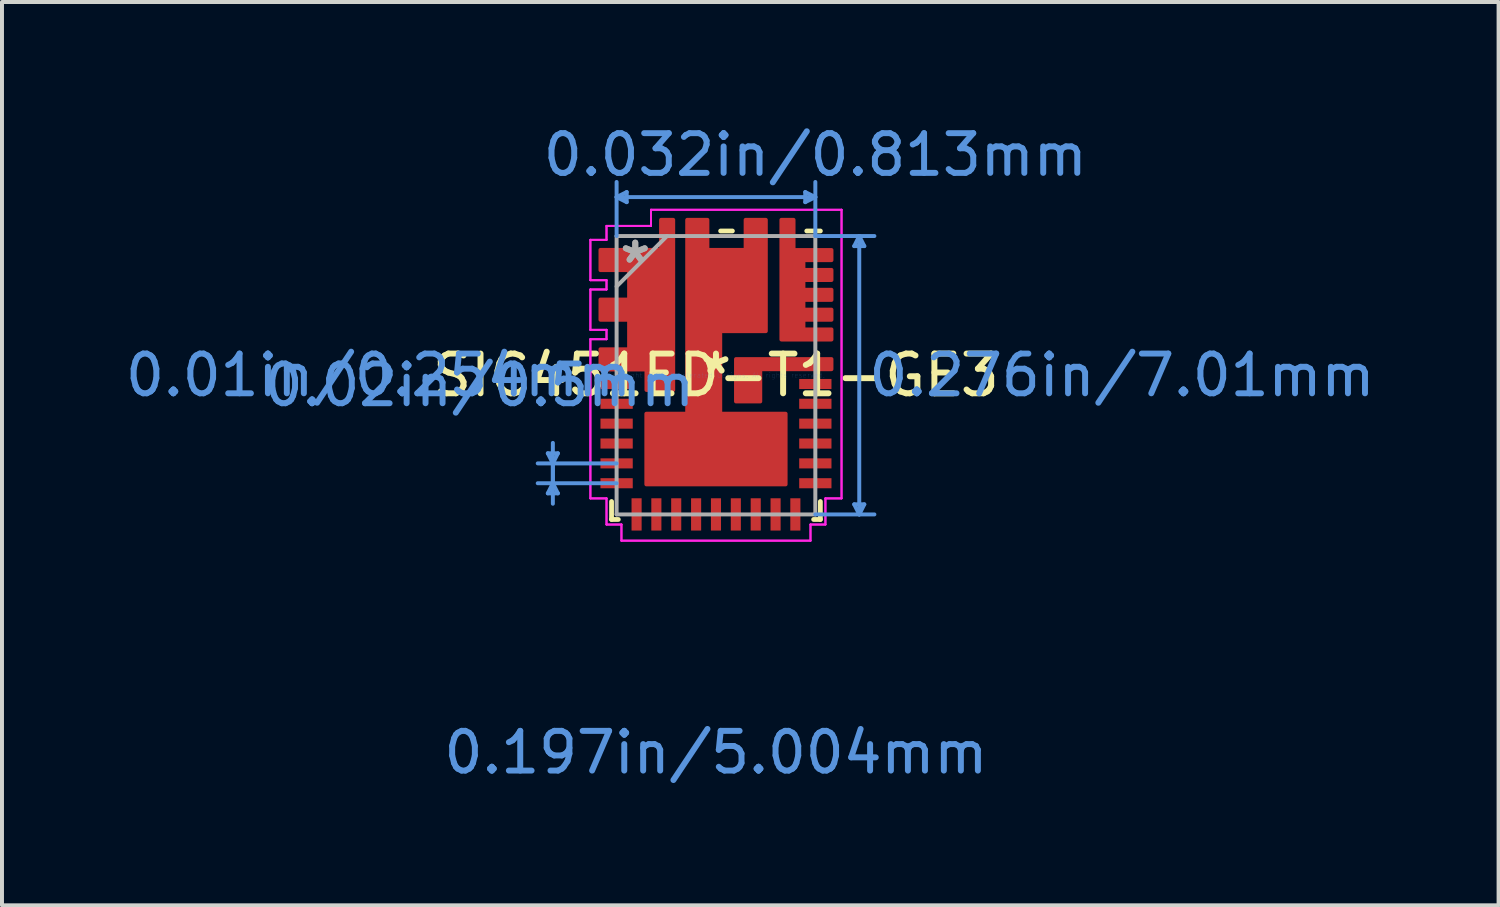
<source format=kicad_pcb>
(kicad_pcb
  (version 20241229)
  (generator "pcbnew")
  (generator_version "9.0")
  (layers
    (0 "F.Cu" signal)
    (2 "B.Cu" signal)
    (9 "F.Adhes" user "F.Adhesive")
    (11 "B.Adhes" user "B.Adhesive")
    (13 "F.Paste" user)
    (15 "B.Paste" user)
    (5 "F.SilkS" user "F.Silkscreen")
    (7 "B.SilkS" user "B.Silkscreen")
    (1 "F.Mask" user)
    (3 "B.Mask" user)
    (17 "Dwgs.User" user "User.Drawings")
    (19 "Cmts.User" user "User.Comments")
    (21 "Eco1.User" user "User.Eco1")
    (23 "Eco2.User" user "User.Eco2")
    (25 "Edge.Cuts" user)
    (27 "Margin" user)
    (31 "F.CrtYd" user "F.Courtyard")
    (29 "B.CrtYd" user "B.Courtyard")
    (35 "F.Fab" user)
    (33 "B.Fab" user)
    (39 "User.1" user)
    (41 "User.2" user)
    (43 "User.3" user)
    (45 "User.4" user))
  (footprint "SIC451ED-T1-GE3"
    (layer "F.Cu")
    (at 14.978 6.398)
    (property "Reference" "SIC451ED-T1-GE3" (at 0 0 0) (layer "F.SilkS") (effects (font (size 1 1) (thickness 0.15))))
    (attr through_hole)
    (fp_poly (pts (xy 0.505 -0.406) (xy 0.505 0.66) (xy 1.115 0.66) (xy 1.115 -0.152) (xy 2.908 -0.152) (xy 2.908 -0.406)) (stroke (width 0.1) (type solid)) (fill yes) (layer "F.Cu"))
    (fp_poly (pts (xy -0.724 -3.912) (xy -0.724 0.97) (xy -1.753 0.97) (xy -1.753 2.748) (xy 1.753 2.748) (xy 1.753 0.97) (xy 0.107 0.97) (xy 0.107 -1.11) (xy 1.255 -1.11) (xy 1.255 -3.912) (xy 0.747 -3.912) (xy 0.747 -3.155) (xy -0.216 -3.155) (xy -0.216 -3.912)) (stroke (width 0.1) (type solid)) (fill yes) (layer "F.Cu"))
    (fp_poly (pts (xy -2.908 -3.155) (xy -2.908 -2.647) (xy -2.187 -2.647) (xy -2.187 -1.905) (xy -2.908 -1.905) (xy -2.908 -1.397) (xy -2.187 -1.397) (xy -2.187 -0.653) (xy -2.908 -0.653) (xy -2.908 -0.145) (xy -1.75 -0.145) (xy -1.75 0.371) (xy -1.077 0.371) (xy -1.077 -3.912) (xy -1.382 -3.912) (xy -1.382 -3.155)) (stroke (width 0.1) (type solid)) (fill yes) (layer "F.Cu"))
    (fp_poly (pts (xy 1.648 -0.899) (xy 2.908 -0.899) (xy 2.908 -1.153) (xy 2.202 -1.153) (xy 2.202 -1.397) (xy 2.908 -1.397) (xy 2.908 -1.651) (xy 2.202 -1.651) (xy 2.202 -1.897) (xy 2.908 -1.897) (xy 2.908 -2.151) (xy 2.202 -2.151) (xy 2.202 -2.398) (xy 2.908 -2.398) (xy 2.908 -2.652) (xy 2.202 -2.652) (xy 2.202 -2.898) (xy 2.908 -2.898) (xy 2.908 -3.152) (xy 1.953 -3.152) (xy 1.953 -3.912) (xy 1.648 -3.912)) (stroke (width 0.1) (type solid)) (fill yes) (layer "F.Cu"))
    (fp_poly (pts (xy 0.505 -0.406) (xy 0.505 0.66) (xy 1.115 0.66) (xy 1.115 -0.152) (xy 2.908 -0.152) (xy 2.908 -0.406)) (stroke (width 0.1) (type solid)) (fill yes) (layer "F.Mask"))
    (fp_poly (pts (xy -0.724 -3.912) (xy -0.724 0.97) (xy -1.753 0.97) (xy -1.753 2.748) (xy 1.753 2.748) (xy 1.753 0.97) (xy 0.107 0.97) (xy 0.107 -1.11) (xy 1.255 -1.11) (xy 1.255 -3.912) (xy 0.747 -3.912) (xy 0.747 -3.155) (xy -0.216 -3.155) (xy -0.216 -3.912)) (stroke (width 0.1) (type solid)) (fill yes) (layer "F.Mask"))
    (fp_poly (pts (xy -2.908 -3.155) (xy -2.908 -2.647) (xy -2.187 -2.647) (xy -2.187 -1.905) (xy -2.908 -1.905) (xy -2.908 -1.397) (xy -2.187 -1.397) (xy -2.187 -0.653) (xy -2.908 -0.653) (xy -2.908 -0.145) (xy -1.75 -0.145) (xy -1.75 0.371) (xy -1.077 0.371) (xy -1.077 -3.912) (xy -1.382 -3.912) (xy -1.382 -3.155)) (stroke (width 0.1) (type solid)) (fill yes) (layer "F.Mask"))
    (fp_poly (pts (xy 1.648 -0.899) (xy 2.908 -0.899) (xy 2.908 -1.153) (xy 2.202 -1.153) (xy 2.202 -1.397) (xy 2.908 -1.397) (xy 2.908 -1.651) (xy 2.202 -1.651) (xy 2.202 -1.897) (xy 2.908 -1.897) (xy 2.908 -2.151) (xy 2.202 -2.151) (xy 2.202 -2.398) (xy 2.908 -2.398) (xy 2.908 -2.652) (xy 2.202 -2.652) (xy 2.202 -2.898) (xy 2.908 -2.898) (xy 2.908 -3.152) (xy 1.953 -3.152) (xy 1.953 -3.912) (xy 1.648 -3.912)) (stroke (width 0.1) (type solid)) (fill yes) (layer "F.Mask"))
    (fp_line (start -2.629 3.632) (end -2.629 3.18) (stroke (width 0.12) (type solid)) (layer "F.SilkS"))
    (fp_line (start -2.459 3.632) (end -2.629 3.632) (stroke (width 0.12) (type solid)) (layer "F.SilkS"))
    (fp_line (start 0.117 -3.632) (end 0.414 -3.632) (stroke (width 0.12) (type solid)) (layer "F.SilkS"))
    (fp_line (start 2.286 -3.632) (end 2.629 -3.632) (stroke (width 0.12) (type solid)) (layer "F.SilkS"))
    (fp_line (start 2.629 3.18) (end 2.629 3.632) (stroke (width 0.12) (type solid)) (layer "F.SilkS"))
    (fp_line (start 2.629 3.632) (end 2.459 3.632) (stroke (width 0.12) (type solid)) (layer "F.SilkS"))
    (fp_poly (pts (xy 0.505 -0.406) (xy 0.505 0.66) (xy 1.115 0.66) (xy 1.115 -0.152) (xy 2.908 -0.152) (xy 2.908 -0.406)) (stroke (width 0.1) (type solid)) (fill yes) (layer "F.Paste"))
    (fp_poly (pts (xy -0.724 -3.912) (xy -0.724 0.97) (xy -1.753 0.97) (xy -1.753 2.748) (xy 1.753 2.748) (xy 1.753 0.97) (xy 0.107 0.97) (xy 0.107 -1.11) (xy 1.255 -1.11) (xy 1.255 -3.912) (xy 0.747 -3.912) (xy 0.747 -3.155) (xy -0.216 -3.155) (xy -0.216 -3.912)) (stroke (width 0.1) (type solid)) (fill yes) (layer "F.Paste"))
    (fp_poly (pts (xy -2.908 -3.155) (xy -2.908 -2.647) (xy -2.187 -2.647) (xy -2.187 -1.905) (xy -2.908 -1.905) (xy -2.908 -1.397) (xy -2.187 -1.397) (xy -2.187 -0.653) (xy -2.908 -0.653) (xy -2.908 -0.145) (xy -1.75 -0.145) (xy -1.75 0.371) (xy -1.077 0.371) (xy -1.077 -3.912) (xy -1.382 -3.912) (xy -1.382 -3.155)) (stroke (width 0.1) (type solid)) (fill yes) (layer "F.Paste"))
    (fp_poly (pts (xy 1.648 -0.899) (xy 2.908 -0.899) (xy 2.908 -1.153) (xy 2.202 -1.153) (xy 2.202 -1.397) (xy 2.908 -1.397) (xy 2.908 -1.651) (xy 2.202 -1.651) (xy 2.202 -1.897) (xy 2.908 -1.897) (xy 2.908 -2.151) (xy 2.202 -2.151) (xy 2.202 -2.398) (xy 2.908 -2.398) (xy 2.908 -2.652) (xy 2.202 -2.652) (xy 2.202 -2.898) (xy 2.908 -2.898) (xy 2.908 -3.152) (xy 1.953 -3.152) (xy 1.953 -3.912) (xy 1.648 -3.912)) (stroke (width 0.1) (type solid)) (fill yes) (layer "F.Paste"))
    (fp_line (start -4.234 1.966) (end -4.107 2.22) (stroke (width 0.1) (type solid)) (layer "Cmts.User"))
    (fp_line (start -4.234 2.974) (end -4.107 2.72) (stroke (width 0.1) (type solid)) (layer "Cmts.User"))
    (fp_line (start -4.234 2.974) (end -3.98 2.974) (stroke (width 0.1) (type solid)) (layer "Cmts.User"))
    (fp_line (start -4.107 1.704) (end -4.107 2.72) (stroke (width 0.1) (type solid)) (layer "Cmts.User"))
    (fp_line (start -4.107 3.236) (end -4.107 2.22) (stroke (width 0.1) (type solid)) (layer "Cmts.User"))
    (fp_line (start -3.98 1.966) (end -4.234 1.966) (stroke (width 0.1) (type solid)) (layer "Cmts.User"))
    (fp_line (start -3.98 1.966) (end -4.107 2.22) (stroke (width 0.1) (type solid)) (layer "Cmts.User"))
    (fp_line (start -3.98 2.974) (end -4.107 2.72) (stroke (width 0.1) (type solid)) (layer "Cmts.User"))
    (fp_line (start -2.502 -4.485) (end 2.502 -4.485) (stroke (width 0.1) (type solid)) (layer "Cmts.User"))
    (fp_line (start -2.502 -3.505) (end -2.502 -4.866) (stroke (width 0.1) (type solid)) (layer "Cmts.User"))
    (fp_line (start -2.502 2.22) (end -4.488 2.22) (stroke (width 0.1) (type solid)) (layer "Cmts.User"))
    (fp_line (start -2.502 2.72) (end -4.488 2.72) (stroke (width 0.1) (type solid)) (layer "Cmts.User"))
    (fp_line (start -2.248 -4.612) (end -2.502 -4.485) (stroke (width 0.1) (type solid)) (layer "Cmts.User"))
    (fp_line (start -2.248 -4.358) (end -2.502 -4.485) (stroke (width 0.1) (type solid)) (layer "Cmts.User"))
    (fp_line (start -2.248 -4.358) (end -2.248 -4.612) (stroke (width 0.1) (type solid)) (layer "Cmts.User"))
    (fp_line (start 2.248 -4.612) (end 2.248 -4.358) (stroke (width 0.1) (type solid)) (layer "Cmts.User"))
    (fp_line (start 2.248 -4.612) (end 2.502 -4.485) (stroke (width 0.1) (type solid)) (layer "Cmts.User"))
    (fp_line (start 2.248 -4.358) (end 2.502 -4.485) (stroke (width 0.1) (type solid)) (layer "Cmts.User"))
    (fp_line (start 2.502 -3.505) (end 2.502 -4.866) (stroke (width 0.1) (type solid)) (layer "Cmts.User"))
    (fp_line (start 2.502 -3.505) (end 3.989 -3.505) (stroke (width 0.1) (type solid)) (layer "Cmts.User"))
    (fp_line (start 2.502 3.505) (end 3.989 3.505) (stroke (width 0.1) (type solid)) (layer "Cmts.User"))
    (fp_line (start 3.481 3.251) (end 3.608 3.505) (stroke (width 0.1) (type solid)) (layer "Cmts.User"))
    (fp_line (start 3.481 -3.251) (end 3.608 -3.505) (stroke (width 0.1) (type solid)) (layer "Cmts.User"))
    (fp_line (start 3.481 -3.251) (end 3.735 -3.251) (stroke (width 0.1) (type solid)) (layer "Cmts.User"))
    (fp_line (start 3.608 -3.505) (end 3.608 3.505) (stroke (width 0.1) (type solid)) (layer "Cmts.User"))
    (fp_line (start 3.735 3.251) (end 3.481 3.251) (stroke (width 0.1) (type solid)) (layer "Cmts.User"))
    (fp_line (start 3.735 3.251) (end 3.608 3.505) (stroke (width 0.1) (type solid)) (layer "Cmts.User"))
    (fp_line (start 3.735 -3.251) (end 3.608 -3.505) (stroke (width 0.1) (type solid)) (layer "Cmts.User"))
    (fp_line (start -3.162 -3.409) (end -3.162 -2.393) (stroke (width 0.05) (type solid)) (layer "F.CrtYd"))
    (fp_line (start -3.162 -3.409) (end -3.162 -2.393) (stroke (width 0.05) (type solid)) (layer "F.CrtYd"))
    (fp_line (start -3.162 -2.393) (end -2.756 -2.393) (stroke (width 0.05) (type solid)) (layer "F.CrtYd"))
    (fp_line (start -3.162 -2.393) (end -2.756 -2.393) (stroke (width 0.05) (type solid)) (layer "F.CrtYd"))
    (fp_line (start -3.162 -2.159) (end -3.162 -1.143) (stroke (width 0.05) (type solid)) (layer "F.CrtYd"))
    (fp_line (start -3.162 -2.159) (end -3.162 -1.143) (stroke (width 0.05) (type solid)) (layer "F.CrtYd"))
    (fp_line (start -3.162 -1.143) (end -2.756 -1.143) (stroke (width 0.05) (type solid)) (layer "F.CrtYd"))
    (fp_line (start -3.162 -1.143) (end -2.756 -1.143) (stroke (width 0.05) (type solid)) (layer "F.CrtYd"))
    (fp_line (start -3.162 -0.907) (end -3.162 3.101) (stroke (width 0.05) (type solid)) (layer "F.CrtYd"))
    (fp_line (start -3.162 -0.907) (end -3.162 3.101) (stroke (width 0.05) (type solid)) (layer "F.CrtYd"))
    (fp_line (start -3.162 3.101) (end -2.756 3.101) (stroke (width 0.05) (type solid)) (layer "F.CrtYd"))
    (fp_line (start -3.162 3.101) (end -2.756 3.101) (stroke (width 0.05) (type solid)) (layer "F.CrtYd"))
    (fp_line (start -2.756 -3.759) (end -2.756 -3.409) (stroke (width 0.05) (type solid)) (layer "F.CrtYd"))
    (fp_line (start -2.756 -3.759) (end -2.756 -3.409) (stroke (width 0.05) (type solid)) (layer "F.CrtYd"))
    (fp_line (start -2.756 -3.409) (end -3.162 -3.409) (stroke (width 0.05) (type solid)) (layer "F.CrtYd"))
    (fp_line (start -2.756 -3.409) (end -3.162 -3.409) (stroke (width 0.05) (type solid)) (layer "F.CrtYd"))
    (fp_line (start -2.756 -2.393) (end -2.756 -2.159) (stroke (width 0.05) (type solid)) (layer "F.CrtYd"))
    (fp_line (start -2.756 -2.393) (end -2.756 -2.159) (stroke (width 0.05) (type solid)) (layer "F.CrtYd"))
    (fp_line (start -2.756 -2.159) (end -3.162 -2.159) (stroke (width 0.05) (type solid)) (layer "F.CrtYd"))
    (fp_line (start -2.756 -2.159) (end -3.162 -2.159) (stroke (width 0.05) (type solid)) (layer "F.CrtYd"))
    (fp_line (start -2.756 -1.143) (end -2.756 -0.907) (stroke (width 0.05) (type solid)) (layer "F.CrtYd"))
    (fp_line (start -2.756 -1.143) (end -2.756 -0.907) (stroke (width 0.05) (type solid)) (layer "F.CrtYd"))
    (fp_line (start -2.756 -0.907) (end -3.162 -0.907) (stroke (width 0.05) (type solid)) (layer "F.CrtYd"))
    (fp_line (start -2.756 -0.907) (end -3.162 -0.907) (stroke (width 0.05) (type solid)) (layer "F.CrtYd"))
    (fp_line (start -2.756 3.101) (end -2.756 3.759) (stroke (width 0.05) (type solid)) (layer "F.CrtYd"))
    (fp_line (start -2.756 3.101) (end -2.756 3.759) (stroke (width 0.05) (type solid)) (layer "F.CrtYd"))
    (fp_line (start -2.756 3.759) (end -2.38 3.759) (stroke (width 0.05) (type solid)) (layer "F.CrtYd"))
    (fp_line (start -2.756 3.759) (end -2.38 3.759) (stroke (width 0.05) (type solid)) (layer "F.CrtYd"))
    (fp_line (start -2.38 3.759) (end -2.38 4.166) (stroke (width 0.05) (type solid)) (layer "F.CrtYd"))
    (fp_line (start -2.38 3.759) (end -2.38 4.166) (stroke (width 0.05) (type solid)) (layer "F.CrtYd"))
    (fp_line (start -2.38 4.166) (end 2.38 4.166) (stroke (width 0.05) (type solid)) (layer "F.CrtYd"))
    (fp_line (start -2.38 4.166) (end 2.38 4.166) (stroke (width 0.05) (type solid)) (layer "F.CrtYd"))
    (fp_line (start -1.636 -4.166) (end -1.636 -3.759) (stroke (width 0.05) (type solid)) (layer "F.CrtYd"))
    (fp_line (start -1.636 -4.166) (end -1.636 -3.759) (stroke (width 0.05) (type solid)) (layer "F.CrtYd"))
    (fp_line (start -1.636 -3.759) (end -2.756 -3.759) (stroke (width 0.05) (type solid)) (layer "F.CrtYd"))
    (fp_line (start -1.636 -3.759) (end -2.756 -3.759) (stroke (width 0.05) (type solid)) (layer "F.CrtYd"))
    (fp_line (start 2.38 3.759) (end 2.756 3.759) (stroke (width 0.05) (type solid)) (layer "F.CrtYd"))
    (fp_line (start 2.38 3.759) (end 2.756 3.759) (stroke (width 0.05) (type solid)) (layer "F.CrtYd"))
    (fp_line (start 2.38 4.166) (end 2.38 3.759) (stroke (width 0.05) (type solid)) (layer "F.CrtYd"))
    (fp_line (start 2.38 4.166) (end 2.38 3.759) (stroke (width 0.05) (type solid)) (layer "F.CrtYd"))
    (fp_line (start 2.756 3.101) (end 3.162 3.101) (stroke (width 0.05) (type solid)) (layer "F.CrtYd"))
    (fp_line (start 2.756 3.101) (end 3.162 3.101) (stroke (width 0.05) (type solid)) (layer "F.CrtYd"))
    (fp_line (start 2.756 3.759) (end 2.756 3.101) (stroke (width 0.05) (type solid)) (layer "F.CrtYd"))
    (fp_line (start 2.756 3.759) (end 2.756 3.101) (stroke (width 0.05) (type solid)) (layer "F.CrtYd"))
    (fp_line (start 3.162 -4.166) (end -1.636 -4.166) (stroke (width 0.05) (type solid)) (layer "F.CrtYd"))
    (fp_line (start 3.162 -4.166) (end -1.636 -4.166) (stroke (width 0.05) (type solid)) (layer "F.CrtYd"))
    (fp_line (start 3.162 3.101) (end 3.162 -4.166) (stroke (width 0.05) (type solid)) (layer "F.CrtYd"))
    (fp_line (start 3.162 3.101) (end 3.162 -4.166) (stroke (width 0.05) (type solid)) (layer "F.CrtYd"))
    (fp_line (start -2.502 -3.505) (end -2.502 3.505) (stroke (width 0.1) (type solid)) (layer "F.Fab"))
    (fp_line (start -2.502 -2.235) (end -1.232 -3.505) (stroke (width 0.1) (type solid)) (layer "F.Fab"))
    (fp_line (start -2.502 3.505) (end 2.502 3.505) (stroke (width 0.1) (type solid)) (layer "F.Fab"))
    (fp_line (start 2.502 -3.505) (end -2.502 -3.505) (stroke (width 0.1) (type solid)) (layer "F.Fab"))
    (fp_line (start 2.502 3.505) (end 2.502 -3.505) (stroke (width 0.1) (type solid)) (layer "F.Fab"))
    (fp_text user "*" (at 0 0 0) (layer "F.SilkS") (effects (font (size 1 1) (thickness 0.15))))
    (fp_text user "0.276in/7.01mm" (at 10.223 0 0) (layer "Cmts.User") (effects (font (size 1 1) (thickness 0.15))))
    (fp_text user "Copyright 2021 Accelerated Designs. All rights reserved." (at 0 0 0) (layer "Cmts.User") (effects (font (size 0.127 0.127) (thickness 0.002))))
    (fp_text user "0.02in/0.5mm" (at -5.956 0.25 0) (layer "Cmts.User") (effects (font (size 1 1) (thickness 0.15))))
    (fp_text user "0.01in/0.254mm" (at -8.496 0 0) (layer "Cmts.User") (effects (font (size 1 1) (thickness 0.15))))
    (fp_text user "0.197in/5.004mm" (at 0 9.5 0) (layer "Cmts.User") (effects (font (size 1 1) (thickness 0.15))))
    (fp_text user "0.032in/0.813mm" (at 2.502 -5.55 0) (layer "Cmts.User") (effects (font (size 1 1) (thickness 0.15))))
    (fp_text user "*" (at -2.032 -2.794 0) (layer "F.Fab") (effects (font (size 1 1) (thickness 0.15))))
    (fp_text user "*" (at -2.032 -2.794 0) (layer "F.Fab") (effects (font (size 1 1) (thickness 0.15))))
    (pad "1" smd rect (at -2.502 -2.901) (size 0.813 0.508) (layers "F.Cu" "F.Mask" "F.Paste"))
    (pad "2" smd rect (at -2.502 -1.651) (size 0.813 0.508) (layers "F.Cu" "F.Mask" "F.Paste"))
    (pad "3" smd rect (at -2.502 -0.399) (size 0.813 0.508) (layers "F.Cu" "F.Mask" "F.Paste"))
    (pad "4" smd rect (at -2.502 0.221) (size 0.813 0.254) (layers "F.Cu" "F.Mask" "F.Paste"))
    (pad "5" smd rect (at -2.502 0.719) (size 0.813 0.254) (layers "F.Cu" "F.Mask" "F.Paste"))
    (pad "6" smd rect (at -2.502 1.219) (size 0.813 0.254) (layers "F.Cu" "F.Mask" "F.Paste"))
    (pad "7" smd rect (at -2.502 1.72) (size 0.813 0.254) (layers "F.Cu" "F.Mask" "F.Paste"))
    (pad "8" smd rect (at -2.502 2.22) (size 0.813 0.254) (layers "F.Cu" "F.Mask" "F.Paste"))
    (pad "9" smd rect (at -2.502 2.72) (size 0.813 0.254) (layers "F.Cu" "F.Mask" "F.Paste"))
    (pad "10" smd rect (at -1.999 3.505 90) (size 0.813 0.254) (layers "F.Cu" "F.Mask" "F.Paste"))
    (pad "11" smd rect (at -1.501 3.505 90) (size 0.813 0.254) (layers "F.Cu" "F.Mask" "F.Paste"))
    (pad "12" smd rect (at -1.001 3.505 90) (size 0.813 0.254) (layers "F.Cu" "F.Mask" "F.Paste"))
    (pad "13" smd rect (at -0.5 3.505 90) (size 0.813 0.254) (layers "F.Cu" "F.Mask" "F.Paste"))
    (pad "14" smd rect (at 0 3.505 90) (size 0.813 0.254) (layers "F.Cu" "F.Mask" "F.Paste"))
    (pad "15" smd rect (at 0.5 3.505 90) (size 0.813 0.254) (layers "F.Cu" "F.Mask" "F.Paste"))
    (pad "16" smd rect (at 1.001 3.505 90) (size 0.813 0.254) (layers "F.Cu" "F.Mask" "F.Paste"))
    (pad "17" smd rect (at 1.501 3.505 90) (size 0.813 0.254) (layers "F.Cu" "F.Mask" "F.Paste"))
    (pad "18" smd rect (at 1.999 3.505 90) (size 0.813 0.254) (layers "F.Cu" "F.Mask" "F.Paste"))
    (pad "19" smd rect (at 2.502 2.72) (size 0.813 0.254) (layers "F.Cu" "F.Mask" "F.Paste"))
    (pad "20" smd rect (at 2.502 2.22) (size 0.813 0.254) (layers "F.Cu" "F.Mask" "F.Paste"))
    (pad "21" smd rect (at 2.502 1.72) (size 0.813 0.254) (layers "F.Cu" "F.Mask" "F.Paste"))
    (pad "22" smd rect (at 2.502 1.219) (size 0.813 0.254) (layers "F.Cu" "F.Mask" "F.Paste"))
    (pad "23" smd rect (at 2.502 0.719) (size 0.813 0.254) (layers "F.Cu" "F.Mask" "F.Paste"))
    (pad "24" smd rect (at 2.502 0.221) (size 0.813 0.254) (layers "F.Cu" "F.Mask" "F.Paste"))
    (pad "25" smd rect (at 2.502 -0.279) (size 0.813 0.254) (layers "F.Cu" "F.Mask" "F.Paste"))
    (pad "26" smd rect (at 2.502 -1.026) (size 0.813 0.254) (layers "F.Cu" "F.Mask" "F.Paste"))
    (pad "27" smd rect (at 2.502 -1.524) (size 0.813 0.254) (layers "F.Cu" "F.Mask" "F.Paste"))
    (pad "28" smd rect (at 2.502 -2.024) (size 0.813 0.254) (layers "F.Cu" "F.Mask" "F.Paste"))
    (pad "29" smd rect (at 2.502 -2.525) (size 0.813 0.254) (layers "F.Cu" "F.Mask" "F.Paste"))
    (pad "30" smd rect (at 2.502 -3.025) (size 0.813 0.254) (layers "F.Cu" "F.Mask" "F.Paste"))
    (pad "31" smd rect (at 1.801 -3.505 90) (size 0.813 0.305) (layers "F.Cu" "F.Mask" "F.Paste"))
    (pad "32" smd rect (at 1.001 -3.505 90) (size 0.813 0.508) (layers "F.Cu" "F.Mask" "F.Paste"))
    (pad "33" smd rect (at -0.47 -3.505 90) (size 0.813 0.508) (layers "F.Cu" "F.Mask" "F.Paste"))
    (pad "34" smd rect (at -1.229 -3.505 90) (size 0.813 0.305) (layers "F.Cu" "F.Mask" "F.Paste")))
  (gr_rect
    (start -3 -3)
    (end 34.684 19.746)
    (stroke (width 0.1) (type default))
    (fill no)
    (layer "Edge.Cuts")))
</source>
